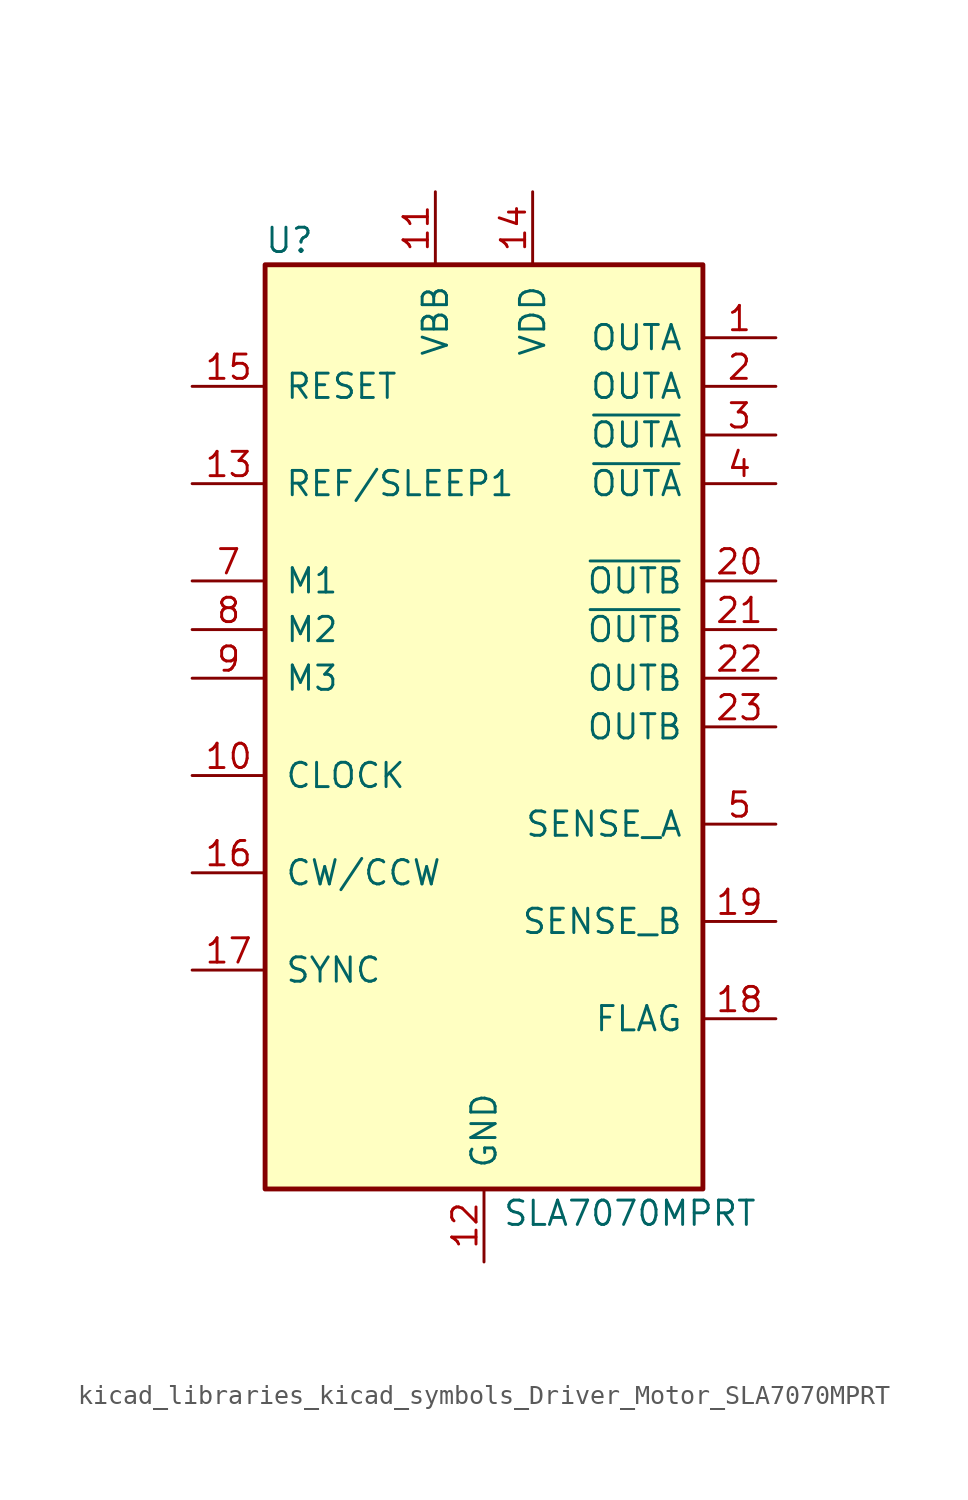
<source format=kicad_sym>
(kicad_symbol_lib
  (version 20220914)
  (generator kicad_symbol_editor)
  (symbol "kicad_libraries_kicad_symbols_Driver_Motor_SLA7070MPRT"
    (pin_names
      (offset 1.016))
    (property "Reference" "U"
      (at -10.16 25.4 0)
      (effects (font (size 1.27 1.27))))
    (property "Value" "SLA7070MPRT"
      (at 7.62 -25.4 0)
      (effects (font (size 1.27 1.27))))
    (symbol "kicad_libraries_kicad_symbols_Driver_Motor_SLA7070MPRT_0_1"
      (rectangle (start -11.43 24.13) (end 11.43 -24.13) (stroke (width 0.254) (type default)) (fill (type background))))
    (symbol "kicad_libraries_kicad_symbols_Driver_Motor_SLA7070MPRT_1_1"
      (pin output line (at 15.24 20.32 180) (length 3.81) (name "OUTA" (effects (font (size 1.27 1.27)))) (number "1" (effects (font (size 1.27 1.27)))))
      (pin input line (at -15.24 -2.54 0) (length 3.81) (name "CLOCK" (effects (font (size 1.27 1.27)))) (number "10" (effects (font (size 1.27 1.27)))))
      (pin power_in line (at -2.54 27.94 270) (length 3.81) (name "VBB" (effects (font (size 1.27 1.27)))) (number "11" (effects (font (size 1.27 1.27)))))
      (pin power_in line (at 0 -27.94 90) (length 3.81) (name "GND" (effects (font (size 1.27 1.27)))) (number "12" (effects (font (size 1.27 1.27)))))
      (pin input line (at -15.24 12.7 0) (length 3.81) (name "REF/SLEEP1" (effects (font (size 1.27 1.27)))) (number "13" (effects (font (size 1.27 1.27)))))
      (pin power_in line (at 2.54 27.94 270) (length 3.81) (name "VDD" (effects (font (size 1.27 1.27)))) (number "14" (effects (font (size 1.27 1.27)))))
      (pin input line (at -15.24 17.78 0) (length 3.81) (name "RESET" (effects (font (size 1.27 1.27)))) (number "15" (effects (font (size 1.27 1.27)))))
      (pin input line (at -15.24 -7.62 0) (length 3.81) (name "CW/CCW" (effects (font (size 1.27 1.27)))) (number "16" (effects (font (size 1.27 1.27)))))
      (pin input line (at -15.24 -12.7 0) (length 3.81) (name "SYNC" (effects (font (size 1.27 1.27)))) (number "17" (effects (font (size 1.27 1.27)))))
      (pin output line (at 15.24 -15.24 180) (length 3.81) (name "FLAG" (effects (font (size 1.27 1.27)))) (number "18" (effects (font (size 1.27 1.27)))))
      (pin output line (at 15.24 -10.16 180) (length 3.81) (name "SENSE_B" (effects (font (size 1.27 1.27)))) (number "19" (effects (font (size 1.27 1.27)))))
      (pin output line (at 15.24 17.78 180) (length 3.81) (name "OUTA" (effects (font (size 1.27 1.27)))) (number "2" (effects (font (size 1.27 1.27)))))
      (pin output line (at 15.24 7.62 180) (length 3.81) (name "~{OUTB}" (effects (font (size 1.27 1.27)))) (number "20" (effects (font (size 1.27 1.27)))))
      (pin output line (at 15.24 5.08 180) (length 3.81) (name "~{OUTB}" (effects (font (size 1.27 1.27)))) (number "21" (effects (font (size 1.27 1.27)))))
      (pin output line (at 15.24 2.54 180) (length 3.81) (name "OUTB" (effects (font (size 1.27 1.27)))) (number "22" (effects (font (size 1.27 1.27)))))
      (pin output line (at 15.24 0 180) (length 3.81) (name "OUTB" (effects (font (size 1.27 1.27)))) (number "23" (effects (font (size 1.27 1.27)))))
      (pin output line (at 15.24 15.24 180) (length 3.81) (name "~{OUTA}" (effects (font (size 1.27 1.27)))) (number "3" (effects (font (size 1.27 1.27)))))
      (pin output line (at 15.24 12.7 180) (length 3.81) (name "~{OUTA}" (effects (font (size 1.27 1.27)))) (number "4" (effects (font (size 1.27 1.27)))))
      (pin output line (at 15.24 -5.08 180) (length 3.81) (name "SENSE_A" (effects (font (size 1.27 1.27)))) (number "5" (effects (font (size 1.27 1.27)))))
      (pin no_connect line (at 10.16 -20.32 180) (length 3.81) hide (name "N.C." (effects (font (size 1.27 1.27)))) (number "6" (effects (font (size 1.27 1.27)))))
      (pin input line (at -15.24 7.62 0) (length 3.81) (name "M1" (effects (font (size 1.27 1.27)))) (number "7" (effects (font (size 1.27 1.27)))))
      (pin input line (at -15.24 5.08 0) (length 3.81) (name "M2" (effects (font (size 1.27 1.27)))) (number "8" (effects (font (size 1.27 1.27)))))
      (pin input line (at -15.24 2.54 0) (length 3.81) (name "M3" (effects (font (size 1.27 1.27)))) (number "9" (effects (font (size 1.27 1.27))))))))
</source>
